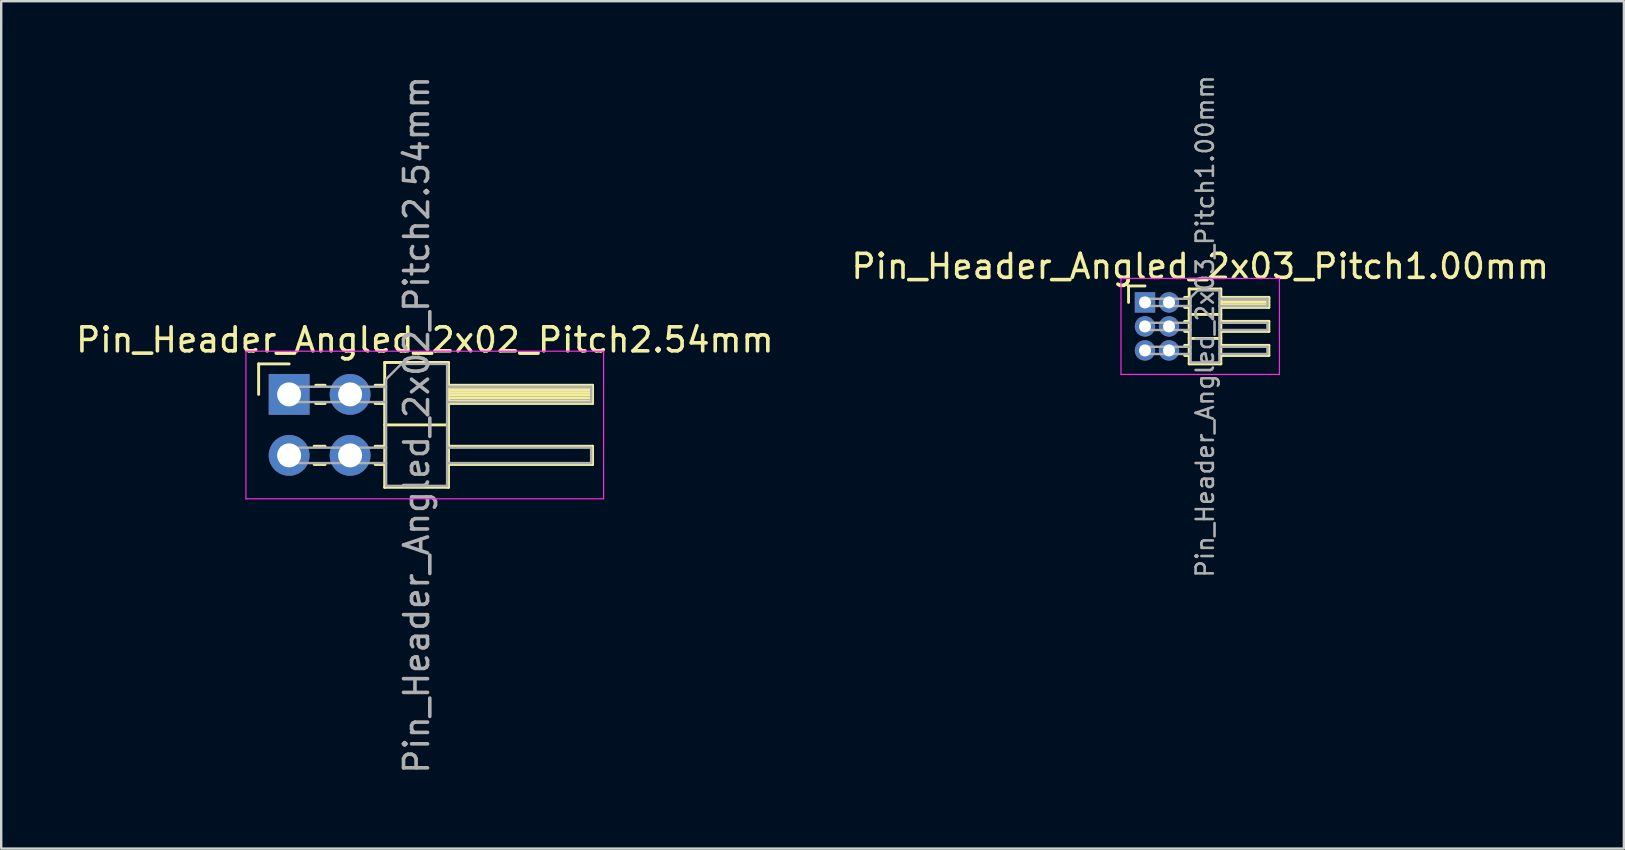
<source format=kicad_pcb>
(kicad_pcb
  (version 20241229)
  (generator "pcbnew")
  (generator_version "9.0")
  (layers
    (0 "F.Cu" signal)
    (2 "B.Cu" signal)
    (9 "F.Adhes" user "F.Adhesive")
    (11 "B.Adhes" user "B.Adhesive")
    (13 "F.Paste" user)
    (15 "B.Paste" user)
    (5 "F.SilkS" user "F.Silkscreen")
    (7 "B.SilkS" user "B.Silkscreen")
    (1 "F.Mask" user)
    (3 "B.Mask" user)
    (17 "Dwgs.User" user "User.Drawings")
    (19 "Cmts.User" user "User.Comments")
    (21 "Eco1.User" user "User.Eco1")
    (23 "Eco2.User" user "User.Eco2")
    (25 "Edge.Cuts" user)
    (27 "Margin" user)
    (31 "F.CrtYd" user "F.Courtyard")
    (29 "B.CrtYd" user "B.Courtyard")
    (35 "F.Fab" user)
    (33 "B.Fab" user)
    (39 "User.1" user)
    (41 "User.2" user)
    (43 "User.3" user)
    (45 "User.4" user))
  (footprint "Pin_Header_Angled_2x03_Pitch1.00mm"
    (layer "F.Cu")
    (at 44.646 9.547)
    (property "Reference" "Pin_Header_Angled_2x03_Pitch1.00mm" (at 2.3 -1.5 0) (layer "F.SilkS") (effects (font (size 1 1) (thickness 0.15))))
    (attr through_hole)
    (fp_line (start -0.685 -0.685) (end 0 -0.685) (stroke (width 0.12) (type solid)) (layer "F.SilkS"))
    (fp_line (start -0.685 0) (end -0.685 -0.685) (stroke (width 0.12) (type solid)) (layer "F.SilkS"))
    (fp_line (start 1.652 -0.21) (end 1.84 -0.21) (stroke (width 0.12) (type solid)) (layer "F.SilkS"))
    (fp_line (start 1.652 0.21) (end 1.84 0.21) (stroke (width 0.12) (type solid)) (layer "F.SilkS"))
    (fp_line (start 1.652 0.79) (end 1.84 0.79) (stroke (width 0.12) (type solid)) (layer "F.SilkS"))
    (fp_line (start 1.652 1.21) (end 1.84 1.21) (stroke (width 0.12) (type solid)) (layer "F.SilkS"))
    (fp_line (start 1.652 1.79) (end 1.84 1.79) (stroke (width 0.12) (type solid)) (layer "F.SilkS"))
    (fp_line (start 1.652 2.21) (end 1.84 2.21) (stroke (width 0.12) (type solid)) (layer "F.SilkS"))
    (fp_line (start 1.84 -0.56) (end 1.84 2.56) (stroke (width 0.12) (type solid)) (layer "F.SilkS"))
    (fp_line (start 1.84 0.5) (end 3.16 0.5) (stroke (width 0.12) (type solid)) (layer "F.SilkS"))
    (fp_line (start 1.84 1.5) (end 3.16 1.5) (stroke (width 0.12) (type solid)) (layer "F.SilkS"))
    (fp_line (start 1.84 2.56) (end 3.16 2.56) (stroke (width 0.12) (type solid)) (layer "F.SilkS"))
    (fp_line (start 3.16 -0.56) (end 1.84 -0.56) (stroke (width 0.12) (type solid)) (layer "F.SilkS"))
    (fp_line (start 3.16 -0.21) (end 5.16 -0.21) (stroke (width 0.12) (type solid)) (layer "F.SilkS"))
    (fp_line (start 3.16 -0.15) (end 5.16 -0.15) (stroke (width 0.12) (type solid)) (layer "F.SilkS"))
    (fp_line (start 3.16 -0.03) (end 5.16 -0.03) (stroke (width 0.12) (type solid)) (layer "F.SilkS"))
    (fp_line (start 3.16 0.09) (end 5.16 0.09) (stroke (width 0.12) (type solid)) (layer "F.SilkS"))
    (fp_line (start 3.16 0.79) (end 5.16 0.79) (stroke (width 0.12) (type solid)) (layer "F.SilkS"))
    (fp_line (start 3.16 1.79) (end 5.16 1.79) (stroke (width 0.12) (type solid)) (layer "F.SilkS"))
    (fp_line (start 3.16 2.56) (end 3.16 -0.56) (stroke (width 0.12) (type solid)) (layer "F.SilkS"))
    (fp_line (start 5.16 -0.21) (end 5.16 0.21) (stroke (width 0.12) (type solid)) (layer "F.SilkS"))
    (fp_line (start 5.16 0.21) (end 3.16 0.21) (stroke (width 0.12) (type solid)) (layer "F.SilkS"))
    (fp_line (start 5.16 0.79) (end 5.16 1.21) (stroke (width 0.12) (type solid)) (layer "F.SilkS"))
    (fp_line (start 5.16 1.21) (end 3.16 1.21) (stroke (width 0.12) (type solid)) (layer "F.SilkS"))
    (fp_line (start 5.16 1.79) (end 5.16 2.21) (stroke (width 0.12) (type solid)) (layer "F.SilkS"))
    (fp_line (start 5.16 2.21) (end 3.16 2.21) (stroke (width 0.12) (type solid)) (layer "F.SilkS"))
    (fp_line (start -1 -1) (end -1 3) (stroke (width 0.05) (type solid)) (layer "F.CrtYd"))
    (fp_line (start -1 3) (end 5.6 3) (stroke (width 0.05) (type solid)) (layer "F.CrtYd"))
    (fp_line (start 5.6 -1) (end -1 -1) (stroke (width 0.05) (type solid)) (layer "F.CrtYd"))
    (fp_line (start 5.6 3) (end 5.6 -1) (stroke (width 0.05) (type solid)) (layer "F.CrtYd"))
    (fp_line (start -0.15 -0.15) (end -0.15 0.15) (stroke (width 0.1) (type solid)) (layer "F.Fab"))
    (fp_line (start -0.15 -0.15) (end 1.9 -0.15) (stroke (width 0.1) (type solid)) (layer "F.Fab"))
    (fp_line (start -0.15 0.15) (end 1.9 0.15) (stroke (width 0.1) (type solid)) (layer "F.Fab"))
    (fp_line (start -0.15 0.85) (end -0.15 1.15) (stroke (width 0.1) (type solid)) (layer "F.Fab"))
    (fp_line (start -0.15 0.85) (end 1.9 0.85) (stroke (width 0.1) (type solid)) (layer "F.Fab"))
    (fp_line (start -0.15 1.15) (end 1.9 1.15) (stroke (width 0.1) (type solid)) (layer "F.Fab"))
    (fp_line (start -0.15 1.85) (end -0.15 2.15) (stroke (width 0.1) (type solid)) (layer "F.Fab"))
    (fp_line (start -0.15 1.85) (end 1.9 1.85) (stroke (width 0.1) (type solid)) (layer "F.Fab"))
    (fp_line (start -0.15 2.15) (end 1.9 2.15) (stroke (width 0.1) (type solid)) (layer "F.Fab"))
    (fp_line (start 1.9 -0.2) (end 2.2 -0.5) (stroke (width 0.1) (type solid)) (layer "F.Fab"))
    (fp_line (start 1.9 2.5) (end 1.9 -0.2) (stroke (width 0.1) (type solid)) (layer "F.Fab"))
    (fp_line (start 2.2 -0.5) (end 3.1 -0.5) (stroke (width 0.1) (type solid)) (layer "F.Fab"))
    (fp_line (start 3.1 -0.5) (end 3.1 2.5) (stroke (width 0.1) (type solid)) (layer "F.Fab"))
    (fp_line (start 3.1 -0.15) (end 5.1 -0.15) (stroke (width 0.1) (type solid)) (layer "F.Fab"))
    (fp_line (start 3.1 0.15) (end 5.1 0.15) (stroke (width 0.1) (type solid)) (layer "F.Fab"))
    (fp_line (start 3.1 0.85) (end 5.1 0.85) (stroke (width 0.1) (type solid)) (layer "F.Fab"))
    (fp_line (start 3.1 1.15) (end 5.1 1.15) (stroke (width 0.1) (type solid)) (layer "F.Fab"))
    (fp_line (start 3.1 1.85) (end 5.1 1.85) (stroke (width 0.1) (type solid)) (layer "F.Fab"))
    (fp_line (start 3.1 2.15) (end 5.1 2.15) (stroke (width 0.1) (type solid)) (layer "F.Fab"))
    (fp_line (start 3.1 2.5) (end 1.9 2.5) (stroke (width 0.1) (type solid)) (layer "F.Fab"))
    (fp_line (start 5.1 -0.15) (end 5.1 0.15) (stroke (width 0.1) (type solid)) (layer "F.Fab"))
    (fp_line (start 5.1 0.85) (end 5.1 1.15) (stroke (width 0.1) (type solid)) (layer "F.Fab"))
    (fp_line (start 5.1 1.85) (end 5.1 2.15) (stroke (width 0.1) (type solid)) (layer "F.Fab"))
    (fp_text user "${REFERENCE}" (at 2.5 1 90) (layer "F.Fab") (effects (font (size 0.72 0.72) (thickness 0.108))))
    (pad "1" thru_hole rect (at 0 0) (size 0.85 0.85) (drill 0.5) (layers "*.Cu" "*.Mask"))
    (pad "2" thru_hole oval (at 1 0) (size 0.85 0.85) (drill 0.5) (layers "*.Cu" "*.Mask"))
    (pad "3" thru_hole oval (at 0 1) (size 0.85 0.85) (drill 0.5) (layers "*.Cu" "*.Mask"))
    (pad "4" thru_hole oval (at 1 1) (size 0.85 0.85) (drill 0.5) (layers "*.Cu" "*.Mask"))
    (pad "5" thru_hole oval (at 0 2) (size 0.85 0.85) (drill 0.5) (layers "*.Cu" "*.Mask"))
    (pad "6" thru_hole oval (at 1 2) (size 0.85 0.85) (drill 0.5) (layers "*.Cu" "*.Mask")))
  (footprint "Pin_Header_Angled_2x02_Pitch2.54mm"
    (layer "F.Cu")
    (at 8.994 13.379)
    (property "Reference" "Pin_Header_Angled_2x02_Pitch2.54mm" (at 5.655 -2.27 0) (layer "F.SilkS") (effects (font (size 1 1) (thickness 0.15))))
    (attr through_hole)
    (fp_line (start -1.27 -1.27) (end 0 -1.27) (stroke (width 0.12) (type solid)) (layer "F.SilkS"))
    (fp_line (start -1.27 0) (end -1.27 -1.27) (stroke (width 0.12) (type solid)) (layer "F.SilkS"))
    (fp_line (start 1.043 2.16) (end 1.497 2.16) (stroke (width 0.12) (type solid)) (layer "F.SilkS"))
    (fp_line (start 1.043 2.92) (end 1.497 2.92) (stroke (width 0.12) (type solid)) (layer "F.SilkS"))
    (fp_line (start 1.11 -0.38) (end 1.497 -0.38) (stroke (width 0.12) (type solid)) (layer "F.SilkS"))
    (fp_line (start 1.11 0.38) (end 1.497 0.38) (stroke (width 0.12) (type solid)) (layer "F.SilkS"))
    (fp_line (start 3.583 -0.38) (end 3.98 -0.38) (stroke (width 0.12) (type solid)) (layer "F.SilkS"))
    (fp_line (start 3.583 0.38) (end 3.98 0.38) (stroke (width 0.12) (type solid)) (layer "F.SilkS"))
    (fp_line (start 3.583 2.16) (end 3.98 2.16) (stroke (width 0.12) (type solid)) (layer "F.SilkS"))
    (fp_line (start 3.583 2.92) (end 3.98 2.92) (stroke (width 0.12) (type solid)) (layer "F.SilkS"))
    (fp_line (start 3.98 -1.33) (end 3.98 3.87) (stroke (width 0.12) (type solid)) (layer "F.SilkS"))
    (fp_line (start 3.98 1.27) (end 6.64 1.27) (stroke (width 0.12) (type solid)) (layer "F.SilkS"))
    (fp_line (start 3.98 3.87) (end 6.64 3.87) (stroke (width 0.12) (type solid)) (layer "F.SilkS"))
    (fp_line (start 6.64 -1.33) (end 3.98 -1.33) (stroke (width 0.12) (type solid)) (layer "F.SilkS"))
    (fp_line (start 6.64 -0.38) (end 12.64 -0.38) (stroke (width 0.12) (type solid)) (layer "F.SilkS"))
    (fp_line (start 6.64 -0.32) (end 12.64 -0.32) (stroke (width 0.12) (type solid)) (layer "F.SilkS"))
    (fp_line (start 6.64 -0.2) (end 12.64 -0.2) (stroke (width 0.12) (type solid)) (layer "F.SilkS"))
    (fp_line (start 6.64 -0.08) (end 12.64 -0.08) (stroke (width 0.12) (type solid)) (layer "F.SilkS"))
    (fp_line (start 6.64 0.04) (end 12.64 0.04) (stroke (width 0.12) (type solid)) (layer "F.SilkS"))
    (fp_line (start 6.64 0.16) (end 12.64 0.16) (stroke (width 0.12) (type solid)) (layer "F.SilkS"))
    (fp_line (start 6.64 0.28) (end 12.64 0.28) (stroke (width 0.12) (type solid)) (layer "F.SilkS"))
    (fp_line (start 6.64 2.16) (end 12.64 2.16) (stroke (width 0.12) (type solid)) (layer "F.SilkS"))
    (fp_line (start 6.64 3.87) (end 6.64 -1.33) (stroke (width 0.12) (type solid)) (layer "F.SilkS"))
    (fp_line (start 12.64 -0.38) (end 12.64 0.38) (stroke (width 0.12) (type solid)) (layer "F.SilkS"))
    (fp_line (start 12.64 0.38) (end 6.64 0.38) (stroke (width 0.12) (type solid)) (layer "F.SilkS"))
    (fp_line (start 12.64 2.16) (end 12.64 2.92) (stroke (width 0.12) (type solid)) (layer "F.SilkS"))
    (fp_line (start 12.64 2.92) (end 6.64 2.92) (stroke (width 0.12) (type solid)) (layer "F.SilkS"))
    (fp_line (start -1.8 -1.8) (end -1.8 4.35) (stroke (width 0.05) (type solid)) (layer "F.CrtYd"))
    (fp_line (start -1.8 4.35) (end 13.1 4.35) (stroke (width 0.05) (type solid)) (layer "F.CrtYd"))
    (fp_line (start 13.1 -1.8) (end -1.8 -1.8) (stroke (width 0.05) (type solid)) (layer "F.CrtYd"))
    (fp_line (start 13.1 4.35) (end 13.1 -1.8) (stroke (width 0.05) (type solid)) (layer "F.CrtYd"))
    (fp_line (start -0.32 -0.32) (end -0.32 0.32) (stroke (width 0.1) (type solid)) (layer "F.Fab"))
    (fp_line (start -0.32 -0.32) (end 4.04 -0.32) (stroke (width 0.1) (type solid)) (layer "F.Fab"))
    (fp_line (start -0.32 0.32) (end 4.04 0.32) (stroke (width 0.1) (type solid)) (layer "F.Fab"))
    (fp_line (start -0.32 2.22) (end -0.32 2.86) (stroke (width 0.1) (type solid)) (layer "F.Fab"))
    (fp_line (start -0.32 2.22) (end 4.04 2.22) (stroke (width 0.1) (type solid)) (layer "F.Fab"))
    (fp_line (start -0.32 2.86) (end 4.04 2.86) (stroke (width 0.1) (type solid)) (layer "F.Fab"))
    (fp_line (start 4.04 -0.635) (end 4.675 -1.27) (stroke (width 0.1) (type solid)) (layer "F.Fab"))
    (fp_line (start 4.04 3.81) (end 4.04 -0.635) (stroke (width 0.1) (type solid)) (layer "F.Fab"))
    (fp_line (start 4.675 -1.27) (end 6.58 -1.27) (stroke (width 0.1) (type solid)) (layer "F.Fab"))
    (fp_line (start 6.58 -1.27) (end 6.58 3.81) (stroke (width 0.1) (type solid)) (layer "F.Fab"))
    (fp_line (start 6.58 -0.32) (end 12.58 -0.32) (stroke (width 0.1) (type solid)) (layer "F.Fab"))
    (fp_line (start 6.58 0.32) (end 12.58 0.32) (stroke (width 0.1) (type solid)) (layer "F.Fab"))
    (fp_line (start 6.58 2.22) (end 12.58 2.22) (stroke (width 0.1) (type solid)) (layer "F.Fab"))
    (fp_line (start 6.58 2.86) (end 12.58 2.86) (stroke (width 0.1) (type solid)) (layer "F.Fab"))
    (fp_line (start 6.58 3.81) (end 4.04 3.81) (stroke (width 0.1) (type solid)) (layer "F.Fab"))
    (fp_line (start 12.58 -0.32) (end 12.58 0.32) (stroke (width 0.1) (type solid)) (layer "F.Fab"))
    (fp_line (start 12.58 2.22) (end 12.58 2.86) (stroke (width 0.1) (type solid)) (layer "F.Fab"))
    (fp_text user "${REFERENCE}" (at 5.31 1.27 90) (layer "F.Fab") (effects (font (size 1 1) (thickness 0.15))))
    (pad "1" thru_hole rect (at 0 0) (size 1.7 1.7) (drill 1) (layers "*.Cu" "*.Mask"))
    (pad "2" thru_hole oval (at 2.54 0) (size 1.7 1.7) (drill 1) (layers "*.Cu" "*.Mask"))
    (pad "3" thru_hole oval (at 0 2.54) (size 1.7 1.7) (drill 1) (layers "*.Cu" "*.Mask"))
    (pad "4" thru_hole oval (at 2.54 2.54) (size 1.7 1.7) (drill 1) (layers "*.Cu" "*.Mask")))
  (gr_rect
    (start -3 -3)
    (end 64.595 32.298)
    (stroke (width 0.1) (type default))
    (fill no)
    (layer "Edge.Cuts")))
</source>
